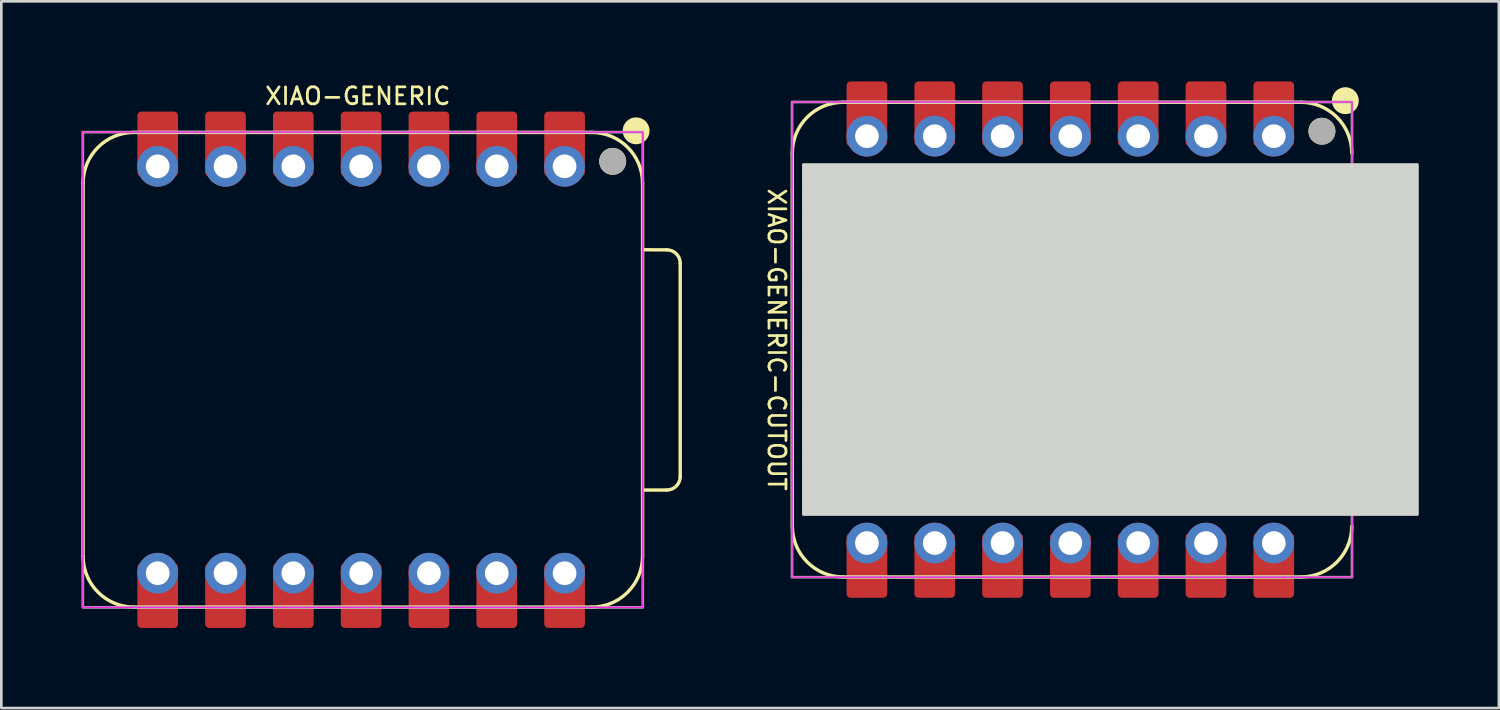
<source format=kicad_pcb>
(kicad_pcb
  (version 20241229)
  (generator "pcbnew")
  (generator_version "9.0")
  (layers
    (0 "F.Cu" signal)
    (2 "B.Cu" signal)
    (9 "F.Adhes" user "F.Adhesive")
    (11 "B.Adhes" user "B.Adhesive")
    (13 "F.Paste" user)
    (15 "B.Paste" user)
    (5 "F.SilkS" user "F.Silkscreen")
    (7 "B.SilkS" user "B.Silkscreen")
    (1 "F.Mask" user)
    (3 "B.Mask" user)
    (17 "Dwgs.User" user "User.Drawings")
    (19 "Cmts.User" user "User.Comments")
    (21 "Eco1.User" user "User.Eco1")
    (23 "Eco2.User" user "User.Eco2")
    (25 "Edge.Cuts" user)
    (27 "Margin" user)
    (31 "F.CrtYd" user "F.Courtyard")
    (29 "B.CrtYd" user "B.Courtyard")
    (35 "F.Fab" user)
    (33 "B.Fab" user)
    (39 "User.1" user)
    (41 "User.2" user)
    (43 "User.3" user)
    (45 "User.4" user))
  (footprint "XIAO-GENERIC"
    (layer "F.Cu")
    (at 10.477 10.8)
    (property "Reference" "XIAO-GENERIC" (at -0.125 -10.25 0) (unlocked yes) (layer "F.SilkS") (effects (font (size 0.635 0.635) (thickness 0.102))))
    (attr smd)
    (fp_line (start -10.414 -6.985) (end -10.414 6.985) (stroke (width 0.127) (type solid)) (layer "F.SilkS"))
    (fp_line (start -8.509 -8.89) (end 8.636 -8.89) (stroke (width 0.127) (type solid)) (layer "F.SilkS"))
    (fp_line (start -8.509 8.89) (end 8.636 8.89) (stroke (width 0.127) (type solid)) (layer "F.SilkS"))
    (fp_line (start 10.541 -4.495) (end 11.451 -4.491) (stroke (width 0.127) (type solid)) (layer "F.SilkS"))
    (fp_line (start 10.541 6.985) (end 10.541 -6.985) (stroke (width 0.1) (type solid)) (layer "F.SilkS"))
    (fp_line (start 10.541 6.985) (end 10.541 -6.985) (stroke (width 0.127) (type solid)) (layer "F.SilkS"))
    (fp_line (start 11.451 4.504) (end 10.541 4.504) (stroke (width 0.127) (type solid)) (layer "F.SilkS"))
    (fp_line (start 11.951 -3.991) (end 11.951 4.004) (stroke (width 0.127) (type solid)) (layer "F.SilkS"))
    (fp_arc (start -10.414 -6.985) (mid -9.856038 -8.332038) (end -8.509 -8.89) (stroke (width 0.127) (type solid)) (layer "F.SilkS"))
    (fp_arc (start -8.509 8.89) (mid -9.856038 8.332038) (end -10.414 6.985) (stroke (width 0.127) (type solid)) (layer "F.SilkS"))
    (fp_arc (start 8.636 -8.89) (mid 9.983038 -8.332038) (end 10.541 -6.985) (stroke (width 0.127) (type solid)) (layer "F.SilkS"))
    (fp_arc (start 10.541 6.985) (mid 9.983038 8.332038) (end 8.636 8.89) (stroke (width 0.127) (type solid)) (layer "F.SilkS"))
    (fp_arc (start 11.451272 -4.491272) (mid 11.804644 -4.344724) (end 11.951 -3.991272) (stroke (width 0.127) (type default)) (layer "F.SilkS"))
    (fp_arc (start 11.951 4.004) (mid 11.804553 4.357553) (end 11.451 4.504) (stroke (width 0.127) (type default)) (layer "F.SilkS"))
    (fp_circle (center 9.42 -7.807) (end 9.674 -7.807) (stroke (width 0.5) (type solid)) (fill yes) (layer "F.SilkS"))
    (fp_circle (center 10.3 -8.95) (end 10.554 -8.95) (stroke (width 0.5) (type solid)) (fill yes) (layer "F.SilkS"))
    (fp_rect (start -10.425 -8.9) (end 10.55 8.9) (stroke (width 0.05) (type default)) (fill no) (layer "F.CrtYd"))
    (fp_rect (start -10.425 -8.9) (end 10.55 8.9) (stroke (width 0.1) (type default)) (fill no) (layer "F.Fab"))
    (fp_circle (center 9.426 -7.804) (end 9.68 -7.804) (stroke (width 0.5) (type solid)) (fill no) (layer "F.Fab"))
    (pad "1" smd roundrect (at 7.62 -8.455 90) (size 2.432 1.524) (layers "F.Cu" "F.Mask") (roundrect_rratio 0.1))
    (pad "1" thru_hole circle (at 7.62 -7.62 90) (size 1.524 1.524) (drill 0.889) (layers "*.Cu" "*.Mask"))
    (pad "2" smd roundrect (at 5.08 -8.455 90) (size 2.432 1.524) (layers "F.Cu" "F.Mask") (roundrect_rratio 0.1))
    (pad "2" thru_hole circle (at 5.08 -7.62 90) (size 1.524 1.524) (drill 0.889) (layers "*.Cu" "*.Mask"))
    (pad "3" smd roundrect (at 2.54 -8.455 90) (size 2.432 1.524) (layers "F.Cu" "F.Mask") (roundrect_rratio 0.1))
    (pad "3" thru_hole circle (at 2.54 -7.62 90) (size 1.524 1.524) (drill 0.889) (layers "*.Cu" "*.Mask"))
    (pad "4" smd roundrect (at 0 -8.455 90) (size 2.432 1.524) (layers "F.Cu" "F.Mask") (roundrect_rratio 0.1))
    (pad "4" thru_hole circle (at 0 -7.62 90) (size 1.524 1.524) (drill 0.889) (layers "*.Cu" "*.Mask"))
    (pad "5" smd roundrect (at -2.54 -8.455 90) (size 2.432 1.524) (layers "F.Cu" "F.Mask") (roundrect_rratio 0.1))
    (pad "5" thru_hole circle (at -2.54 -7.62 90) (size 1.524 1.524) (drill 0.889) (layers "*.Cu" "*.Mask"))
    (pad "6" smd roundrect (at -5.08 -8.455 90) (size 2.432 1.524) (layers "F.Cu" "F.Mask") (roundrect_rratio 0.1))
    (pad "6" thru_hole circle (at -5.08 -7.62 90) (size 1.524 1.524) (drill 0.889) (layers "*.Cu" "*.Mask"))
    (pad "7" smd roundrect (at -7.62 -8.455 90) (size 2.432 1.524) (layers "F.Cu" "F.Mask") (roundrect_rratio 0.1))
    (pad "7" thru_hole circle (at -7.62 -7.62 90) (size 1.524 1.524) (drill 0.889) (layers "*.Cu" "*.Mask"))
    (pad "8" thru_hole circle (at -7.62 7.62 270) (size 1.524 1.524) (drill 0.889) (layers "*.Cu" "*.Mask"))
    (pad "8" smd roundrect (at -7.62 8.455 270) (size 2.432 1.524) (layers "F.Cu" "F.Mask") (roundrect_rratio 0.1))
    (pad "9" thru_hole circle (at -5.08 7.62 270) (size 1.524 1.524) (drill 0.889) (layers "*.Cu" "*.Mask"))
    (pad "9" smd roundrect (at -5.08 8.455 270) (size 2.432 1.524) (layers "F.Cu" "F.Mask") (roundrect_rratio 0.1))
    (pad "10" thru_hole circle (at -2.54 7.62 270) (size 1.524 1.524) (drill 0.889) (layers "*.Cu" "*.Mask"))
    (pad "10" smd roundrect (at -2.54 8.455 270) (size 2.432 1.524) (layers "F.Cu" "F.Mask") (roundrect_rratio 0.1))
    (pad "11" thru_hole circle (at 0 7.62 270) (size 1.524 1.524) (drill 0.889) (layers "*.Cu" "*.Mask"))
    (pad "11" smd roundrect (at 0 8.455 270) (size 2.432 1.524) (layers "F.Cu" "F.Mask") (roundrect_rratio 0.1))
    (pad "12" thru_hole circle (at 2.54 7.62 270) (size 1.524 1.524) (drill 0.889) (layers "*.Cu" "*.Mask"))
    (pad "12" smd roundrect (at 2.54 8.455 270) (size 2.432 1.524) (layers "F.Cu" "F.Mask") (roundrect_rratio 0.1))
    (pad "13" thru_hole circle (at 5.08 7.62 270) (size 1.524 1.524) (drill 0.889) (layers "*.Cu" "*.Mask"))
    (pad "13" smd roundrect (at 5.08 8.455 270) (size 2.432 1.524) (layers "F.Cu" "F.Mask") (roundrect_rratio 0.1))
    (pad "14" thru_hole circle (at 7.62 7.62 270) (size 1.524 1.524) (drill 0.889) (layers "*.Cu" "*.Mask"))
    (pad "14" smd roundrect (at 7.62 8.455 270) (size 2.432 1.524) (layers "F.Cu" "F.Mask") (roundrect_rratio 0.1)))
  (footprint "XIAO-GENERIC-CUTOUT"
    (layer "F.Cu")
    (at 37.042 9.671)
    (property "Reference" "XIAO-GENERIC-CUTOUT" (at -11 0 270) (unlocked yes) (layer "F.SilkS") (effects (font (size 0.635 0.635) (thickness 0.102))))
    (attr smd)
    (fp_line (start -10.414 -6.985) (end -10.414 6.985) (stroke (width 0.127) (type solid)) (layer "F.SilkS"))
    (fp_line (start -8.509 -8.89) (end 8.636 -8.89) (stroke (width 0.127) (type solid)) (layer "F.SilkS"))
    (fp_line (start -8.509 8.89) (end 8.636 8.89) (stroke (width 0.127) (type solid)) (layer "F.SilkS"))
    (fp_arc (start -10.414 -6.985) (mid -9.856038 -8.332038) (end -8.509 -8.89) (stroke (width 0.127) (type solid)) (layer "F.SilkS"))
    (fp_arc (start -8.509 8.89) (mid -9.856038 8.332038) (end -10.414 6.985) (stroke (width 0.127) (type solid)) (layer "F.SilkS"))
    (fp_arc (start 8.636 -8.89) (mid 9.983038 -8.332038) (end 10.541 -6.985) (stroke (width 0.127) (type solid)) (layer "F.SilkS"))
    (fp_arc (start 10.541 6.985) (mid 9.983038 8.332038) (end 8.636 8.89) (stroke (width 0.127) (type solid)) (layer "F.SilkS"))
    (fp_circle (center 9.42 -7.807) (end 9.674 -7.807) (stroke (width 0.5) (type solid)) (fill yes) (layer "F.SilkS"))
    (fp_circle (center 10.3 -8.95) (end 10.554 -8.95) (stroke (width 0.5) (type solid)) (fill yes) (layer "F.SilkS"))
    (fp_rect (start -10 -6.558) (end 13 6.551) (stroke (width 0.1) (type solid)) (fill yes) (layer "Edge.Cuts"))
    (fp_rect (start -10.425 -8.9) (end 10.55 8.9) (stroke (width 0.05) (type default)) (fill no) (layer "F.CrtYd"))
    (fp_rect (start -10.425 -8.9) (end 10.55 8.9) (stroke (width 0.1) (type default)) (fill no) (layer "F.Fab"))
    (fp_circle (center 9.426 -7.804) (end 9.68 -7.804) (stroke (width 0.5) (type solid)) (fill no) (layer "F.Fab"))
    (pad "1" smd roundrect (at 7.62 -8.455 90) (size 2.432 1.524) (layers "F.Cu" "F.Mask") (roundrect_rratio 0.1))
    (pad "1" thru_hole circle (at 7.62 -7.62 90) (size 1.524 1.524) (drill 0.889) (layers "*.Cu" "*.Mask"))
    (pad "2" smd roundrect (at 5.08 -8.455 90) (size 2.432 1.524) (layers "F.Cu" "F.Mask") (roundrect_rratio 0.1))
    (pad "2" thru_hole circle (at 5.08 -7.62 90) (size 1.524 1.524) (drill 0.889) (layers "*.Cu" "*.Mask"))
    (pad "3" smd roundrect (at 2.54 -8.455 90) (size 2.432 1.524) (layers "F.Cu" "F.Mask") (roundrect_rratio 0.1))
    (pad "3" thru_hole circle (at 2.54 -7.62 90) (size 1.524 1.524) (drill 0.889) (layers "*.Cu" "*.Mask"))
    (pad "4" smd roundrect (at 0 -8.455 90) (size 2.432 1.524) (layers "F.Cu" "F.Mask") (roundrect_rratio 0.1))
    (pad "4" thru_hole circle (at 0 -7.62 90) (size 1.524 1.524) (drill 0.889) (layers "*.Cu" "*.Mask"))
    (pad "5" smd roundrect (at -2.54 -8.455 90) (size 2.432 1.524) (layers "F.Cu" "F.Mask") (roundrect_rratio 0.1))
    (pad "5" thru_hole circle (at -2.54 -7.62 90) (size 1.524 1.524) (drill 0.889) (layers "*.Cu" "*.Mask"))
    (pad "6" smd roundrect (at -5.08 -8.455 90) (size 2.432 1.524) (layers "F.Cu" "F.Mask") (roundrect_rratio 0.1))
    (pad "6" thru_hole circle (at -5.08 -7.62 90) (size 1.524 1.524) (drill 0.889) (layers "*.Cu" "*.Mask"))
    (pad "7" smd roundrect (at -7.62 -8.455 90) (size 2.432 1.524) (layers "F.Cu" "F.Mask") (roundrect_rratio 0.1))
    (pad "7" thru_hole circle (at -7.62 -7.62 90) (size 1.524 1.524) (drill 0.889) (layers "*.Cu" "*.Mask"))
    (pad "8" thru_hole circle (at -7.62 7.62 270) (size 1.524 1.524) (drill 0.889) (layers "*.Cu" "*.Mask"))
    (pad "8" smd roundrect (at -7.62 8.455 270) (size 2.432 1.524) (layers "F.Cu" "F.Mask") (roundrect_rratio 0.1))
    (pad "9" thru_hole circle (at -5.08 7.62 270) (size 1.524 1.524) (drill 0.889) (layers "*.Cu" "*.Mask"))
    (pad "9" smd roundrect (at -5.08 8.455 270) (size 2.432 1.524) (layers "F.Cu" "F.Mask") (roundrect_rratio 0.1))
    (pad "10" thru_hole circle (at -2.54 7.62 270) (size 1.524 1.524) (drill 0.889) (layers "*.Cu" "*.Mask"))
    (pad "10" smd roundrect (at -2.54 8.455 270) (size 2.432 1.524) (layers "F.Cu" "F.Mask") (roundrect_rratio 0.1))
    (pad "11" thru_hole circle (at 0 7.62 270) (size 1.524 1.524) (drill 0.889) (layers "*.Cu" "*.Mask"))
    (pad "11" smd roundrect (at 0 8.455 270) (size 2.432 1.524) (layers "F.Cu" "F.Mask") (roundrect_rratio 0.1))
    (pad "12" thru_hole circle (at 2.54 7.62 270) (size 1.524 1.524) (drill 0.889) (layers "*.Cu" "*.Mask"))
    (pad "12" smd roundrect (at 2.54 8.455 270) (size 2.432 1.524) (layers "F.Cu" "F.Mask") (roundrect_rratio 0.1))
    (pad "13" thru_hole circle (at 5.08 7.62 270) (size 1.524 1.524) (drill 0.889) (layers "*.Cu" "*.Mask"))
    (pad "13" smd roundrect (at 5.08 8.455 270) (size 2.432 1.524) (layers "F.Cu" "F.Mask") (roundrect_rratio 0.1))
    (pad "14" thru_hole circle (at 7.62 7.62 270) (size 1.524 1.524) (drill 0.889) (layers "*.Cu" "*.Mask"))
    (pad "14" smd roundrect (at 7.62 8.455 270) (size 2.432 1.524) (layers "F.Cu" "F.Mask") (roundrect_rratio 0.1)))
  (gr_rect
    (start -3 -3)
    (end 53.092 23.471)
    (stroke (width 0.1) (type default))
    (fill no)
    (layer "Edge.Cuts")))
</source>
